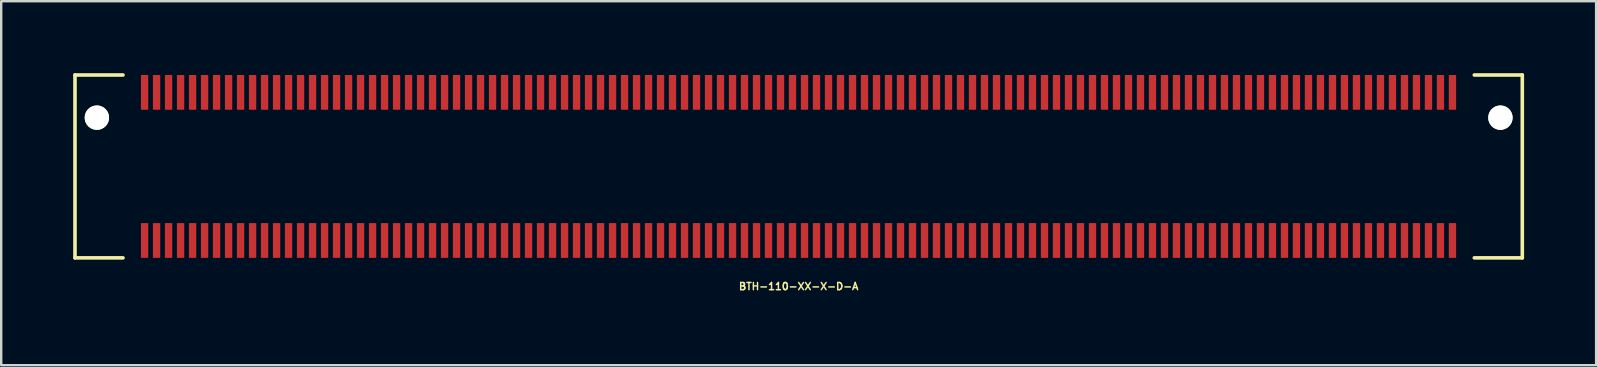
<source format=kicad_pcb>
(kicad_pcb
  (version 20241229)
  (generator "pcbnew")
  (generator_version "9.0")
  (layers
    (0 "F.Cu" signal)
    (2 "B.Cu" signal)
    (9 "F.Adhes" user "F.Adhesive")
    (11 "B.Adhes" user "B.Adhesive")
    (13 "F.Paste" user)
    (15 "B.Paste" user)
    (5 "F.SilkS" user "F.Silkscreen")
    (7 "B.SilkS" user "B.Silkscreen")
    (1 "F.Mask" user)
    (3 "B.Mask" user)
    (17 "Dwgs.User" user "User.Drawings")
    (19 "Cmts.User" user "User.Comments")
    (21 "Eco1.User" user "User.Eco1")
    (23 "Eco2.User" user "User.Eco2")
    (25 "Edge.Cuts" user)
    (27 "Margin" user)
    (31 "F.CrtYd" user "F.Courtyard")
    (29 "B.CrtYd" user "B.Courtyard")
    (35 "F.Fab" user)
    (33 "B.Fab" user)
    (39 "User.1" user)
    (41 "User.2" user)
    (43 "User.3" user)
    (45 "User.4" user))
  (footprint "BTH-110-XX-X-D-A"
    (layer "F.Cu")
    (at 30.23 3.885)
    (property "Reference" "BTH-110-XX-X-D-A" (at 0 5 0) (layer "F.SilkS") (effects (font (size 0.3 0.3) (thickness 0.061))))
    (attr smd)
    (fp_line (start -30.155 -3.81) (end -30.155 3.81) (stroke (width 0.15) (type solid)) (layer "F.SilkS"))
    (fp_line (start -30.155 3.81) (end -28.155 3.81) (stroke (width 0.15) (type solid)) (layer "F.SilkS"))
    (fp_line (start -28.155 -3.81) (end -30.155 -3.81) (stroke (width 0.15) (type solid)) (layer "F.SilkS"))
    (fp_line (start 28.155 -3.81) (end 30.155 -3.81) (stroke (width 0.15) (type solid)) (layer "F.SilkS"))
    (fp_line (start 30.155 -3.81) (end 30.155 3.81) (stroke (width 0.15) (type solid)) (layer "F.SilkS"))
    (fp_line (start 30.155 3.81) (end 28.155 3.81) (stroke (width 0.15) (type solid)) (layer "F.SilkS"))
    (pad "" np_thru_hole circle (at -29.243 -2.032) (size 1.016 1.016) (drill 1.016) (layers "*.Cu" "*.Mask" "F.SilkS"))
    (pad "" np_thru_hole circle (at 29.243 -2.032) (size 1.016 1.016) (drill 1.016) (layers "*.Cu" "*.Mask" "F.SilkS"))
    (pad "1" smd rect (at -27.255 -3.086) (size 0.305 1.448) (layers "F.Cu" "F.Mask" "F.Paste"))
    (pad "2" smd rect (at -27.255 3.086) (size 0.305 1.448) (layers "F.Cu" "F.Mask" "F.Paste"))
    (pad "3" smd rect (at -26.755 -3.086) (size 0.305 1.448) (layers "F.Cu" "F.Mask" "F.Paste"))
    (pad "4" smd rect (at -26.755 3.086) (size 0.305 1.448) (layers "F.Cu" "F.Mask" "F.Paste"))
    (pad "5" smd rect (at -26.255 -3.086) (size 0.305 1.448) (layers "F.Cu" "F.Mask" "F.Paste"))
    (pad "6" smd rect (at -26.255 3.086) (size 0.305 1.448) (layers "F.Cu" "F.Mask" "F.Paste"))
    (pad "7" smd rect (at -25.755 -3.086) (size 0.305 1.448) (layers "F.Cu" "F.Mask" "F.Paste"))
    (pad "8" smd rect (at -25.755 3.086) (size 0.305 1.448) (layers "F.Cu" "F.Mask" "F.Paste"))
    (pad "9" smd rect (at -25.255 -3.086) (size 0.305 1.448) (layers "F.Cu" "F.Mask" "F.Paste"))
    (pad "10" smd rect (at -25.255 3.086) (size 0.305 1.448) (layers "F.Cu" "F.Mask" "F.Paste"))
    (pad "11" smd rect (at -24.755 -3.086) (size 0.305 1.448) (layers "F.Cu" "F.Mask" "F.Paste"))
    (pad "12" smd rect (at -24.755 3.086) (size 0.305 1.448) (layers "F.Cu" "F.Mask" "F.Paste"))
    (pad "13" smd rect (at -24.255 -3.086) (size 0.305 1.448) (layers "F.Cu" "F.Mask" "F.Paste"))
    (pad "14" smd rect (at -24.255 3.086) (size 0.305 1.448) (layers "F.Cu" "F.Mask" "F.Paste"))
    (pad "15" smd rect (at -23.755 -3.086) (size 0.305 1.448) (layers "F.Cu" "F.Mask" "F.Paste"))
    (pad "16" smd rect (at -23.755 3.086) (size 0.305 1.448) (layers "F.Cu" "F.Mask" "F.Paste"))
    (pad "17" smd rect (at -23.255 -3.086) (size 0.305 1.448) (layers "F.Cu" "F.Mask" "F.Paste"))
    (pad "18" smd rect (at -23.255 3.086) (size 0.305 1.448) (layers "F.Cu" "F.Mask" "F.Paste"))
    (pad "19" smd rect (at -22.755 -3.086) (size 0.305 1.448) (layers "F.Cu" "F.Mask" "F.Paste"))
    (pad "20" smd rect (at -22.755 3.086) (size 0.305 1.448) (layers "F.Cu" "F.Mask" "F.Paste"))
    (pad "21" smd rect (at -22.255 -3.086) (size 0.305 1.448) (layers "F.Cu" "F.Mask" "F.Paste"))
    (pad "22" smd rect (at -22.255 3.086) (size 0.305 1.448) (layers "F.Cu" "F.Mask" "F.Paste"))
    (pad "23" smd rect (at -21.755 -3.086) (size 0.305 1.448) (layers "F.Cu" "F.Mask" "F.Paste"))
    (pad "24" smd rect (at -21.755 3.086) (size 0.305 1.448) (layers "F.Cu" "F.Mask" "F.Paste"))
    (pad "25" smd rect (at -21.255 -3.086) (size 0.305 1.448) (layers "F.Cu" "F.Mask" "F.Paste"))
    (pad "26" smd rect (at -21.255 3.086) (size 0.305 1.448) (layers "F.Cu" "F.Mask" "F.Paste"))
    (pad "27" smd rect (at -20.755 -3.086) (size 0.305 1.448) (layers "F.Cu" "F.Mask" "F.Paste"))
    (pad "28" smd rect (at -20.755 3.086) (size 0.305 1.448) (layers "F.Cu" "F.Mask" "F.Paste"))
    (pad "29" smd rect (at -20.255 -3.086) (size 0.305 1.448) (layers "F.Cu" "F.Mask" "F.Paste"))
    (pad "30" smd rect (at -20.255 3.086) (size 0.305 1.448) (layers "F.Cu" "F.Mask" "F.Paste"))
    (pad "31" smd rect (at -19.755 -3.086) (size 0.305 1.448) (layers "F.Cu" "F.Mask" "F.Paste"))
    (pad "32" smd rect (at -19.755 3.086) (size 0.305 1.448) (layers "F.Cu" "F.Mask" "F.Paste"))
    (pad "33" smd rect (at -19.255 -3.086) (size 0.305 1.448) (layers "F.Cu" "F.Mask" "F.Paste"))
    (pad "34" smd rect (at -19.255 3.086) (size 0.305 1.448) (layers "F.Cu" "F.Mask" "F.Paste"))
    (pad "35" smd rect (at -18.755 -3.086) (size 0.305 1.448) (layers "F.Cu" "F.Mask" "F.Paste"))
    (pad "36" smd rect (at -18.755 3.086) (size 0.305 1.448) (layers "F.Cu" "F.Mask" "F.Paste"))
    (pad "37" smd rect (at -18.255 -3.086) (size 0.305 1.448) (layers "F.Cu" "F.Mask" "F.Paste"))
    (pad "38" smd rect (at -18.255 3.086) (size 0.305 1.448) (layers "F.Cu" "F.Mask" "F.Paste"))
    (pad "39" smd rect (at -17.755 -3.086) (size 0.305 1.448) (layers "F.Cu" "F.Mask" "F.Paste"))
    (pad "40" smd rect (at -17.755 3.086) (size 0.305 1.448) (layers "F.Cu" "F.Mask" "F.Paste"))
    (pad "41" smd rect (at -17.255 -3.086) (size 0.305 1.448) (layers "F.Cu" "F.Mask" "F.Paste"))
    (pad "42" smd rect (at -17.255 3.086) (size 0.305 1.448) (layers "F.Cu" "F.Mask" "F.Paste"))
    (pad "43" smd rect (at -16.755 -3.086) (size 0.305 1.448) (layers "F.Cu" "F.Mask" "F.Paste"))
    (pad "44" smd rect (at -16.755 3.086) (size 0.305 1.448) (layers "F.Cu" "F.Mask" "F.Paste"))
    (pad "45" smd rect (at -16.255 -3.086) (size 0.305 1.448) (layers "F.Cu" "F.Mask" "F.Paste"))
    (pad "46" smd rect (at -16.255 3.086) (size 0.305 1.448) (layers "F.Cu" "F.Mask" "F.Paste"))
    (pad "47" smd rect (at -15.755 -3.086) (size 0.305 1.448) (layers "F.Cu" "F.Mask" "F.Paste"))
    (pad "48" smd rect (at -15.755 3.086) (size 0.305 1.448) (layers "F.Cu" "F.Mask" "F.Paste"))
    (pad "49" smd rect (at -15.255 -3.086) (size 0.305 1.448) (layers "F.Cu" "F.Mask" "F.Paste"))
    (pad "50" smd rect (at -15.255 3.086) (size 0.305 1.448) (layers "F.Cu" "F.Mask" "F.Paste"))
    (pad "51" smd rect (at -14.755 -3.086) (size 0.305 1.448) (layers "F.Cu" "F.Mask" "F.Paste"))
    (pad "52" smd rect (at -14.755 3.086) (size 0.305 1.448) (layers "F.Cu" "F.Mask" "F.Paste"))
    (pad "53" smd rect (at -14.255 -3.086) (size 0.305 1.448) (layers "F.Cu" "F.Mask" "F.Paste"))
    (pad "54" smd rect (at -14.255 3.086) (size 0.305 1.448) (layers "F.Cu" "F.Mask" "F.Paste"))
    (pad "55" smd rect (at -13.755 -3.086) (size 0.305 1.448) (layers "F.Cu" "F.Mask" "F.Paste"))
    (pad "56" smd rect (at -13.755 3.086) (size 0.305 1.448) (layers "F.Cu" "F.Mask" "F.Paste"))
    (pad "57" smd rect (at -13.255 -3.086) (size 0.305 1.448) (layers "F.Cu" "F.Mask" "F.Paste"))
    (pad "58" smd rect (at -13.255 3.086) (size 0.305 1.448) (layers "F.Cu" "F.Mask" "F.Paste"))
    (pad "59" smd rect (at -12.755 -3.086) (size 0.305 1.448) (layers "F.Cu" "F.Mask" "F.Paste"))
    (pad "60" smd rect (at -12.755 3.086) (size 0.305 1.448) (layers "F.Cu" "F.Mask" "F.Paste"))
    (pad "61" smd rect (at -12.255 -3.086) (size 0.305 1.448) (layers "F.Cu" "F.Mask" "F.Paste"))
    (pad "62" smd rect (at -12.255 3.086) (size 0.305 1.448) (layers "F.Cu" "F.Mask" "F.Paste"))
    (pad "63" smd rect (at -11.755 -3.086) (size 0.305 1.448) (layers "F.Cu" "F.Mask" "F.Paste"))
    (pad "64" smd rect (at -11.755 3.086) (size 0.305 1.448) (layers "F.Cu" "F.Mask" "F.Paste"))
    (pad "65" smd rect (at -11.255 -3.086) (size 0.305 1.448) (layers "F.Cu" "F.Mask" "F.Paste"))
    (pad "66" smd rect (at -11.255 3.086) (size 0.305 1.448) (layers "F.Cu" "F.Mask" "F.Paste"))
    (pad "67" smd rect (at -10.755 -3.086) (size 0.305 1.448) (layers "F.Cu" "F.Mask" "F.Paste"))
    (pad "68" smd rect (at -10.755 3.086) (size 0.305 1.448) (layers "F.Cu" "F.Mask" "F.Paste"))
    (pad "69" smd rect (at -10.255 -3.086) (size 0.305 1.448) (layers "F.Cu" "F.Mask" "F.Paste"))
    (pad "70" smd rect (at -10.255 3.086) (size 0.305 1.448) (layers "F.Cu" "F.Mask" "F.Paste"))
    (pad "71" smd rect (at -9.755 -3.086) (size 0.305 1.448) (layers "F.Cu" "F.Mask" "F.Paste"))
    (pad "72" smd rect (at -9.755 3.086) (size 0.305 1.448) (layers "F.Cu" "F.Mask" "F.Paste"))
    (pad "73" smd rect (at -9.255 -3.086) (size 0.305 1.448) (layers "F.Cu" "F.Mask" "F.Paste"))
    (pad "74" smd rect (at -9.255 3.086) (size 0.305 1.448) (layers "F.Cu" "F.Mask" "F.Paste"))
    (pad "75" smd rect (at -8.755 -3.086) (size 0.305 1.448) (layers "F.Cu" "F.Mask" "F.Paste"))
    (pad "76" smd rect (at -8.755 3.086) (size 0.305 1.448) (layers "F.Cu" "F.Mask" "F.Paste"))
    (pad "77" smd rect (at -8.255 -3.086) (size 0.305 1.448) (layers "F.Cu" "F.Mask" "F.Paste"))
    (pad "78" smd rect (at -8.255 3.086) (size 0.305 1.448) (layers "F.Cu" "F.Mask" "F.Paste"))
    (pad "79" smd rect (at -7.755 -3.086) (size 0.305 1.448) (layers "F.Cu" "F.Mask" "F.Paste"))
    (pad "80" smd rect (at -7.755 3.086) (size 0.305 1.448) (layers "F.Cu" "F.Mask" "F.Paste"))
    (pad "81" smd rect (at -7.255 -3.086) (size 0.305 1.448) (layers "F.Cu" "F.Mask" "F.Paste"))
    (pad "82" smd rect (at -7.255 3.086) (size 0.305 1.448) (layers "F.Cu" "F.Mask" "F.Paste"))
    (pad "83" smd rect (at -6.755 -3.086) (size 0.305 1.448) (layers "F.Cu" "F.Mask" "F.Paste"))
    (pad "84" smd rect (at -6.755 3.086) (size 0.305 1.448) (layers "F.Cu" "F.Mask" "F.Paste"))
    (pad "85" smd rect (at -6.255 -3.086) (size 0.305 1.448) (layers "F.Cu" "F.Mask" "F.Paste"))
    (pad "86" smd rect (at -6.255 3.086) (size 0.305 1.448) (layers "F.Cu" "F.Mask" "F.Paste"))
    (pad "87" smd rect (at -5.755 -3.086) (size 0.305 1.448) (layers "F.Cu" "F.Mask" "F.Paste"))
    (pad "88" smd rect (at -5.755 3.086) (size 0.305 1.448) (layers "F.Cu" "F.Mask" "F.Paste"))
    (pad "89" smd rect (at -5.255 -3.086) (size 0.305 1.448) (layers "F.Cu" "F.Mask" "F.Paste"))
    (pad "90" smd rect (at -5.255 3.086) (size 0.305 1.448) (layers "F.Cu" "F.Mask" "F.Paste"))
    (pad "91" smd rect (at -4.755 -3.086) (size 0.305 1.448) (layers "F.Cu" "F.Mask" "F.Paste"))
    (pad "92" smd rect (at -4.755 3.086) (size 0.305 1.448) (layers "F.Cu" "F.Mask" "F.Paste"))
    (pad "93" smd rect (at -4.255 -3.086) (size 0.305 1.448) (layers "F.Cu" "F.Mask" "F.Paste"))
    (pad "94" smd rect (at -4.255 3.086) (size 0.305 1.448) (layers "F.Cu" "F.Mask" "F.Paste"))
    (pad "95" smd rect (at -3.755 -3.086) (size 0.305 1.448) (layers "F.Cu" "F.Mask" "F.Paste"))
    (pad "96" smd rect (at -3.755 3.086) (size 0.305 1.448) (layers "F.Cu" "F.Mask" "F.Paste"))
    (pad "97" smd rect (at -3.255 -3.086) (size 0.305 1.448) (layers "F.Cu" "F.Mask" "F.Paste"))
    (pad "98" smd rect (at -3.255 3.086) (size 0.305 1.448) (layers "F.Cu" "F.Mask" "F.Paste"))
    (pad "99" smd rect (at -2.755 -3.086) (size 0.305 1.448) (layers "F.Cu" "F.Mask" "F.Paste"))
    (pad "100" smd rect (at -2.755 3.086) (size 0.305 1.448) (layers "F.Cu" "F.Mask" "F.Paste"))
    (pad "101" smd rect (at -2.255 -3.086) (size 0.305 1.448) (layers "F.Cu" "F.Mask" "F.Paste"))
    (pad "102" smd rect (at -2.255 3.086) (size 0.305 1.448) (layers "F.Cu" "F.Mask" "F.Paste"))
    (pad "103" smd rect (at -1.755 -3.086) (size 0.305 1.448) (layers "F.Cu" "F.Mask" "F.Paste"))
    (pad "104" smd rect (at -1.755 3.086) (size 0.305 1.448) (layers "F.Cu" "F.Mask" "F.Paste"))
    (pad "105" smd rect (at -1.255 -3.086) (size 0.305 1.448) (layers "F.Cu" "F.Mask" "F.Paste"))
    (pad "106" smd rect (at -1.255 3.086) (size 0.305 1.448) (layers "F.Cu" "F.Mask" "F.Paste"))
    (pad "107" smd rect (at -0.755 -3.086) (size 0.305 1.448) (layers "F.Cu" "F.Mask" "F.Paste"))
    (pad "108" smd rect (at -0.755 3.086) (size 0.305 1.448) (layers "F.Cu" "F.Mask" "F.Paste"))
    (pad "109" smd rect (at -0.255 -3.086) (size 0.305 1.448) (layers "F.Cu" "F.Mask" "F.Paste"))
    (pad "110" smd rect (at -0.255 3.086) (size 0.305 1.448) (layers "F.Cu" "F.Mask" "F.Paste"))
    (pad "111" smd rect (at 0.245 -3.086) (size 0.305 1.448) (layers "F.Cu" "F.Mask" "F.Paste"))
    (pad "112" smd rect (at 0.245 3.086) (size 0.305 1.448) (layers "F.Cu" "F.Mask" "F.Paste"))
    (pad "113" smd rect (at 0.745 -3.086) (size 0.305 1.448) (layers "F.Cu" "F.Mask" "F.Paste"))
    (pad "114" smd rect (at 0.745 3.086) (size 0.305 1.448) (layers "F.Cu" "F.Mask" "F.Paste"))
    (pad "115" smd rect (at 1.245 -3.086) (size 0.305 1.448) (layers "F.Cu" "F.Mask" "F.Paste"))
    (pad "116" smd rect (at 1.245 3.086) (size 0.305 1.448) (layers "F.Cu" "F.Mask" "F.Paste"))
    (pad "117" smd rect (at 1.745 -3.086) (size 0.305 1.448) (layers "F.Cu" "F.Mask" "F.Paste"))
    (pad "118" smd rect (at 1.745 3.086) (size 0.305 1.448) (layers "F.Cu" "F.Mask" "F.Paste"))
    (pad "119" smd rect (at 2.245 -3.086) (size 0.305 1.448) (layers "F.Cu" "F.Mask" "F.Paste"))
    (pad "120" smd rect (at 2.245 3.086) (size 0.305 1.448) (layers "F.Cu" "F.Mask" "F.Paste"))
    (pad "121" smd rect (at 2.745 -3.086) (size 0.305 1.448) (layers "F.Cu" "F.Mask" "F.Paste"))
    (pad "122" smd rect (at 2.745 3.086) (size 0.305 1.448) (layers "F.Cu" "F.Mask" "F.Paste"))
    (pad "123" smd rect (at 3.245 -3.086) (size 0.305 1.448) (layers "F.Cu" "F.Mask" "F.Paste"))
    (pad "124" smd rect (at 3.245 3.086) (size 0.305 1.448) (layers "F.Cu" "F.Mask" "F.Paste"))
    (pad "125" smd rect (at 3.745 -3.086) (size 0.305 1.448) (layers "F.Cu" "F.Mask" "F.Paste"))
    (pad "126" smd rect (at 3.745 3.086) (size 0.305 1.448) (layers "F.Cu" "F.Mask" "F.Paste"))
    (pad "127" smd rect (at 4.245 -3.086) (size 0.305 1.448) (layers "F.Cu" "F.Mask" "F.Paste"))
    (pad "128" smd rect (at 4.245 3.086) (size 0.305 1.448) (layers "F.Cu" "F.Mask" "F.Paste"))
    (pad "129" smd rect (at 4.745 -3.086) (size 0.305 1.448) (layers "F.Cu" "F.Mask" "F.Paste"))
    (pad "130" smd rect (at 4.745 3.086) (size 0.305 1.448) (layers "F.Cu" "F.Mask" "F.Paste"))
    (pad "131" smd rect (at 5.245 -3.086) (size 0.305 1.448) (layers "F.Cu" "F.Mask" "F.Paste"))
    (pad "132" smd rect (at 5.245 3.086) (size 0.305 1.448) (layers "F.Cu" "F.Mask" "F.Paste"))
    (pad "133" smd rect (at 5.745 -3.086) (size 0.305 1.448) (layers "F.Cu" "F.Mask" "F.Paste"))
    (pad "134" smd rect (at 5.745 3.086) (size 0.305 1.448) (layers "F.Cu" "F.Mask" "F.Paste"))
    (pad "135" smd rect (at 6.245 -3.086) (size 0.305 1.448) (layers "F.Cu" "F.Mask" "F.Paste"))
    (pad "136" smd rect (at 6.245 3.086) (size 0.305 1.448) (layers "F.Cu" "F.Mask" "F.Paste"))
    (pad "137" smd rect (at 6.745 -3.086) (size 0.305 1.448) (layers "F.Cu" "F.Mask" "F.Paste"))
    (pad "138" smd rect (at 6.745 3.086) (size 0.305 1.448) (layers "F.Cu" "F.Mask" "F.Paste"))
    (pad "139" smd rect (at 7.245 -3.086) (size 0.305 1.448) (layers "F.Cu" "F.Mask" "F.Paste"))
    (pad "140" smd rect (at 7.245 3.086) (size 0.305 1.448) (layers "F.Cu" "F.Mask" "F.Paste"))
    (pad "141" smd rect (at 7.745 -3.086) (size 0.305 1.448) (layers "F.Cu" "F.Mask" "F.Paste"))
    (pad "142" smd rect (at 7.745 3.086) (size 0.305 1.448) (layers "F.Cu" "F.Mask" "F.Paste"))
    (pad "143" smd rect (at 8.245 -3.086) (size 0.305 1.448) (layers "F.Cu" "F.Mask" "F.Paste"))
    (pad "144" smd rect (at 8.245 3.086) (size 0.305 1.448) (layers "F.Cu" "F.Mask" "F.Paste"))
    (pad "145" smd rect (at 8.745 -3.086) (size 0.305 1.448) (layers "F.Cu" "F.Mask" "F.Paste"))
    (pad "146" smd rect (at 8.745 3.086) (size 0.305 1.448) (layers "F.Cu" "F.Mask" "F.Paste"))
    (pad "147" smd rect (at 9.245 -3.086) (size 0.305 1.448) (layers "F.Cu" "F.Mask" "F.Paste"))
    (pad "148" smd rect (at 9.245 3.086) (size 0.305 1.448) (layers "F.Cu" "F.Mask" "F.Paste"))
    (pad "149" smd rect (at 9.745 -3.086) (size 0.305 1.448) (layers "F.Cu" "F.Mask" "F.Paste"))
    (pad "150" smd rect (at 9.745 3.086) (size 0.305 1.448) (layers "F.Cu" "F.Mask" "F.Paste"))
    (pad "151" smd rect (at 10.245 -3.086) (size 0.305 1.448) (layers "F.Cu" "F.Mask" "F.Paste"))
    (pad "152" smd rect (at 10.245 3.086) (size 0.305 1.448) (layers "F.Cu" "F.Mask" "F.Paste"))
    (pad "153" smd rect (at 10.745 -3.086) (size 0.305 1.448) (layers "F.Cu" "F.Mask" "F.Paste"))
    (pad "154" smd rect (at 10.745 3.086) (size 0.305 1.448) (layers "F.Cu" "F.Mask" "F.Paste"))
    (pad "155" smd rect (at 11.245 -3.086) (size 0.305 1.448) (layers "F.Cu" "F.Mask" "F.Paste"))
    (pad "156" smd rect (at 11.245 3.086) (size 0.305 1.448) (layers "F.Cu" "F.Mask" "F.Paste"))
    (pad "157" smd rect (at 11.745 -3.086) (size 0.305 1.448) (layers "F.Cu" "F.Mask" "F.Paste"))
    (pad "158" smd rect (at 11.745 3.086) (size 0.305 1.448) (layers "F.Cu" "F.Mask" "F.Paste"))
    (pad "159" smd rect (at 12.245 -3.086) (size 0.305 1.448) (layers "F.Cu" "F.Mask" "F.Paste"))
    (pad "160" smd rect (at 12.245 3.086) (size 0.305 1.448) (layers "F.Cu" "F.Mask" "F.Paste"))
    (pad "161" smd rect (at 12.745 -3.086) (size 0.305 1.448) (layers "F.Cu" "F.Mask" "F.Paste"))
    (pad "162" smd rect (at 12.745 3.086) (size 0.305 1.448) (layers "F.Cu" "F.Mask" "F.Paste"))
    (pad "163" smd rect (at 13.245 -3.086) (size 0.305 1.448) (layers "F.Cu" "F.Mask" "F.Paste"))
    (pad "164" smd rect (at 13.245 3.086) (size 0.305 1.448) (layers "F.Cu" "F.Mask" "F.Paste"))
    (pad "165" smd rect (at 13.745 -3.086) (size 0.305 1.448) (layers "F.Cu" "F.Mask" "F.Paste"))
    (pad "166" smd rect (at 13.745 3.086) (size 0.305 1.448) (layers "F.Cu" "F.Mask" "F.Paste"))
    (pad "167" smd rect (at 14.245 -3.086) (size 0.305 1.448) (layers "F.Cu" "F.Mask" "F.Paste"))
    (pad "168" smd rect (at 14.245 3.086) (size 0.305 1.448) (layers "F.Cu" "F.Mask" "F.Paste"))
    (pad "169" smd rect (at 14.745 -3.086) (size 0.305 1.448) (layers "F.Cu" "F.Mask" "F.Paste"))
    (pad "170" smd rect (at 14.745 3.086) (size 0.305 1.448) (layers "F.Cu" "F.Mask" "F.Paste"))
    (pad "171" smd rect (at 15.245 -3.086) (size 0.305 1.448) (layers "F.Cu" "F.Mask" "F.Paste"))
    (pad "172" smd rect (at 15.245 3.086) (size 0.305 1.448) (layers "F.Cu" "F.Mask" "F.Paste"))
    (pad "173" smd rect (at 15.745 -3.086) (size 0.305 1.448) (layers "F.Cu" "F.Mask" "F.Paste"))
    (pad "174" smd rect (at 15.745 3.086) (size 0.305 1.448) (layers "F.Cu" "F.Mask" "F.Paste"))
    (pad "175" smd rect (at 16.245 -3.086) (size 0.305 1.448) (layers "F.Cu" "F.Mask" "F.Paste"))
    (pad "176" smd rect (at 16.245 3.086) (size 0.305 1.448) (layers "F.Cu" "F.Mask" "F.Paste"))
    (pad "177" smd rect (at 16.745 -3.086) (size 0.305 1.448) (layers "F.Cu" "F.Mask" "F.Paste"))
    (pad "178" smd rect (at 16.745 3.086) (size 0.305 1.448) (layers "F.Cu" "F.Mask" "F.Paste"))
    (pad "179" smd rect (at 17.245 -3.086) (size 0.305 1.448) (layers "F.Cu" "F.Mask" "F.Paste"))
    (pad "180" smd rect (at 17.245 3.086) (size 0.305 1.448) (layers "F.Cu" "F.Mask" "F.Paste"))
    (pad "181" smd rect (at 17.745 -3.086) (size 0.305 1.448) (layers "F.Cu" "F.Mask" "F.Paste"))
    (pad "182" smd rect (at 17.745 3.086) (size 0.305 1.448) (layers "F.Cu" "F.Mask" "F.Paste"))
    (pad "183" smd rect (at 18.245 -3.086) (size 0.305 1.448) (layers "F.Cu" "F.Mask" "F.Paste"))
    (pad "184" smd rect (at 18.245 3.086) (size 0.305 1.448) (layers "F.Cu" "F.Mask" "F.Paste"))
    (pad "185" smd rect (at 18.745 -3.086) (size 0.305 1.448) (layers "F.Cu" "F.Mask" "F.Paste"))
    (pad "186" smd rect (at 18.745 3.086) (size 0.305 1.448) (layers "F.Cu" "F.Mask" "F.Paste"))
    (pad "187" smd rect (at 19.245 -3.086) (size 0.305 1.448) (layers "F.Cu" "F.Mask" "F.Paste"))
    (pad "188" smd rect (at 19.245 3.086) (size 0.305 1.448) (layers "F.Cu" "F.Mask" "F.Paste"))
    (pad "189" smd rect (at 19.745 -3.086) (size 0.305 1.448) (layers "F.Cu" "F.Mask" "F.Paste"))
    (pad "190" smd rect (at 19.745 3.086) (size 0.305 1.448) (layers "F.Cu" "F.Mask" "F.Paste"))
    (pad "191" smd rect (at 20.245 -3.086) (size 0.305 1.448) (layers "F.Cu" "F.Mask" "F.Paste"))
    (pad "192" smd rect (at 20.245 3.086) (size 0.305 1.448) (layers "F.Cu" "F.Mask" "F.Paste"))
    (pad "193" smd rect (at 20.745 -3.086) (size 0.305 1.448) (layers "F.Cu" "F.Mask" "F.Paste"))
    (pad "194" smd rect (at 20.745 3.086) (size 0.305 1.448) (layers "F.Cu" "F.Mask" "F.Paste"))
    (pad "195" smd rect (at 21.245 -3.086) (size 0.305 1.448) (layers "F.Cu" "F.Mask" "F.Paste"))
    (pad "196" smd rect (at 21.245 3.086) (size 0.305 1.448) (layers "F.Cu" "F.Mask" "F.Paste"))
    (pad "197" smd rect (at 21.745 -3.086) (size 0.305 1.448) (layers "F.Cu" "F.Mask" "F.Paste"))
    (pad "198" smd rect (at 21.745 3.086) (size 0.305 1.448) (layers "F.Cu" "F.Mask" "F.Paste"))
    (pad "199" smd rect (at 22.245 -3.086) (size 0.305 1.448) (layers "F.Cu" "F.Mask" "F.Paste"))
    (pad "200" smd rect (at 22.245 3.086) (size 0.305 1.448) (layers "F.Cu" "F.Mask" "F.Paste"))
    (pad "201" smd rect (at 22.745 -3.086) (size 0.305 1.448) (layers "F.Cu" "F.Mask" "F.Paste"))
    (pad "202" smd rect (at 22.745 3.086) (size 0.305 1.448) (layers "F.Cu" "F.Mask" "F.Paste"))
    (pad "203" smd rect (at 23.245 -3.086) (size 0.305 1.448) (layers "F.Cu" "F.Mask" "F.Paste"))
    (pad "204" smd rect (at 23.245 3.086) (size 0.305 1.448) (layers "F.Cu" "F.Mask" "F.Paste"))
    (pad "205" smd rect (at 23.745 -3.086) (size 0.305 1.448) (layers "F.Cu" "F.Mask" "F.Paste"))
    (pad "206" smd rect (at 23.745 3.086) (size 0.305 1.448) (layers "F.Cu" "F.Mask" "F.Paste"))
    (pad "207" smd rect (at 24.245 -3.086) (size 0.305 1.448) (layers "F.Cu" "F.Mask" "F.Paste"))
    (pad "208" smd rect (at 24.245 3.086) (size 0.305 1.448) (layers "F.Cu" "F.Mask" "F.Paste"))
    (pad "209" smd rect (at 24.745 -3.086) (size 0.305 1.448) (layers "F.Cu" "F.Mask" "F.Paste"))
    (pad "210" smd rect (at 24.745 3.086) (size 0.305 1.448) (layers "F.Cu" "F.Mask" "F.Paste"))
    (pad "211" smd rect (at 25.245 -3.086) (size 0.305 1.448) (layers "F.Cu" "F.Mask" "F.Paste"))
    (pad "212" smd rect (at 25.245 3.086) (size 0.305 1.448) (layers "F.Cu" "F.Mask" "F.Paste"))
    (pad "213" smd rect (at 25.745 -3.086) (size 0.305 1.448) (layers "F.Cu" "F.Mask" "F.Paste"))
    (pad "214" smd rect (at 25.745 3.086) (size 0.305 1.448) (layers "F.Cu" "F.Mask" "F.Paste"))
    (pad "215" smd rect (at 26.245 -3.086) (size 0.305 1.448) (layers "F.Cu" "F.Mask" "F.Paste"))
    (pad "216" smd rect (at 26.245 3.086) (size 0.305 1.448) (layers "F.Cu" "F.Mask" "F.Paste"))
    (pad "217" smd rect (at 26.745 -3.086) (size 0.305 1.448) (layers "F.Cu" "F.Mask" "F.Paste"))
    (pad "218" smd rect (at 26.745 3.086) (size 0.305 1.448) (layers "F.Cu" "F.Mask" "F.Paste"))
    (pad "219" smd rect (at 27.245 -3.086) (size 0.305 1.448) (layers "F.Cu" "F.Mask" "F.Paste"))
    (pad "220" smd rect (at 27.245 3.086) (size 0.305 1.448) (layers "F.Cu" "F.Mask" "F.Paste")))
  (gr_rect
    (start -3 -3)
    (end 63.461 12.167)
    (stroke (width 0.1) (type default))
    (fill no)
    (layer "Edge.Cuts")))
</source>
